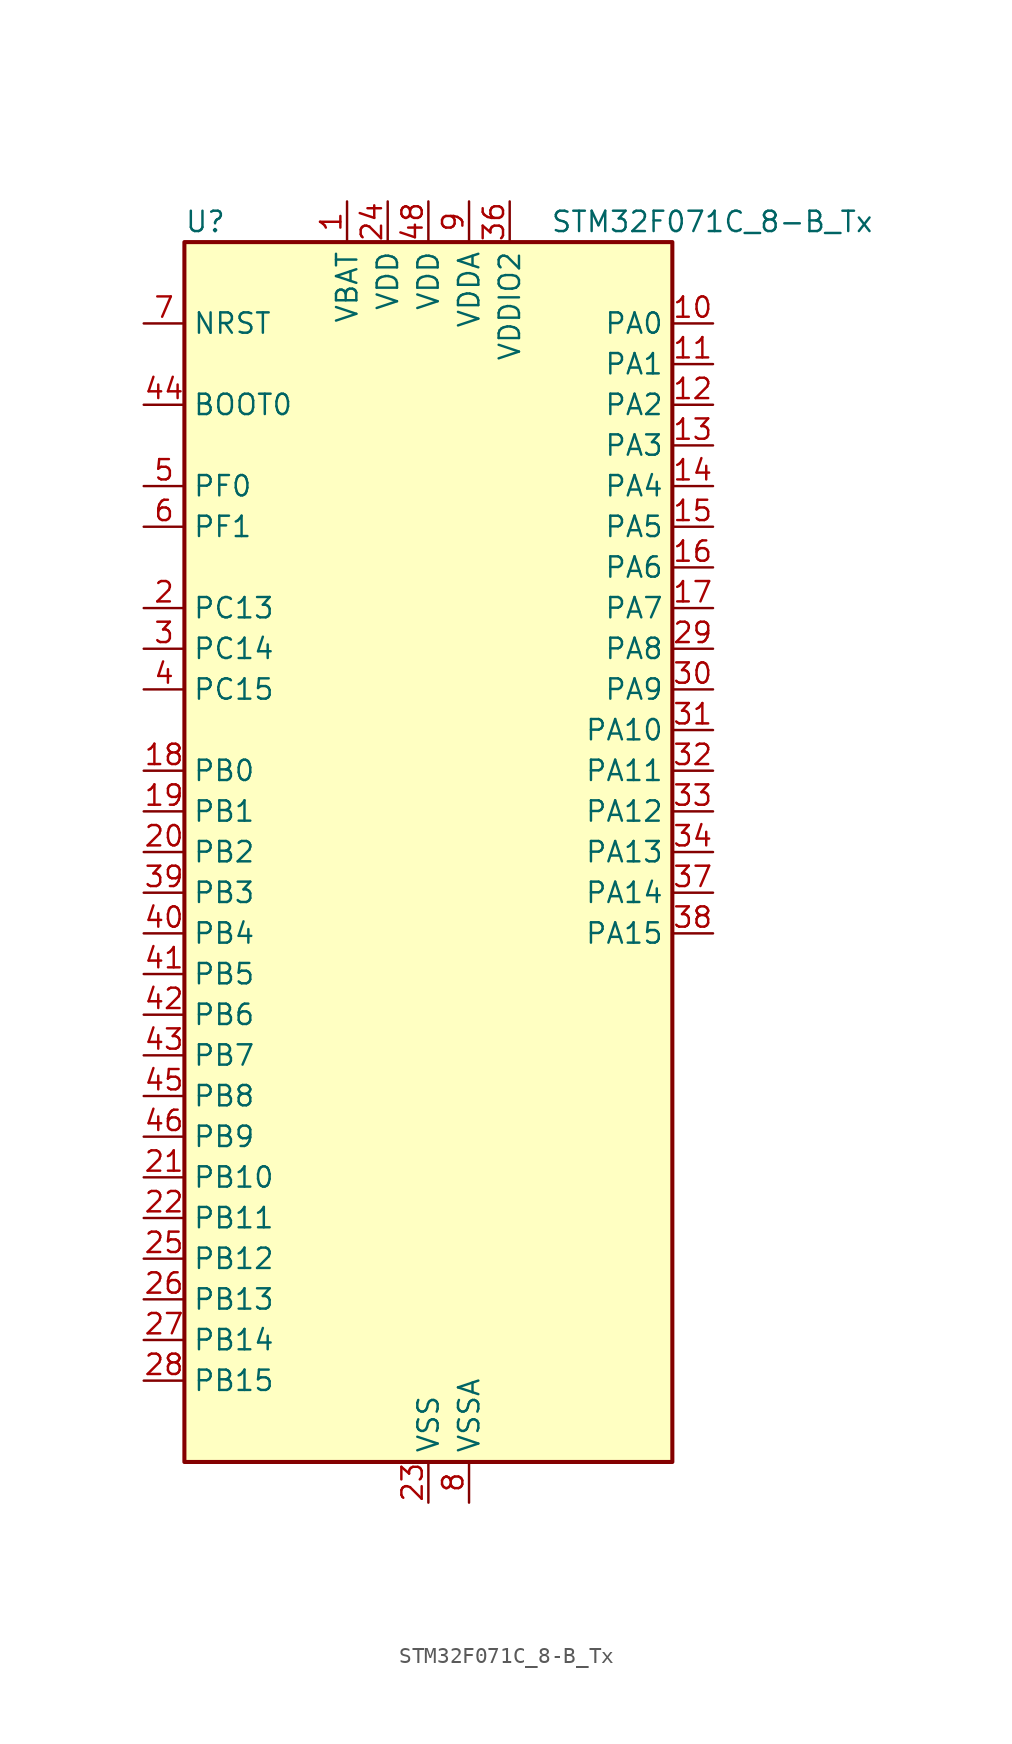
<source format=kicad_sym>
(kicad_symbol_lib
  (version 20241209)
  (generator "kicad_symbol_editor")
  (generator_version "9.0")
  (symbol "STM32F071C_8-B_Tx"
    (property "Reference" "U"
      (at -15.24 39.37 0)
      (effects (font (size 1.27 1.27)) (justify left)))
    (property "Value" "STM32F071C_8-B_Tx"
      (at 7.62 39.37 0)
      (effects (font (size 1.27 1.27)) (justify left)))
    (symbol "STM32F071C_8-B_Tx_0_1"
      (rectangle (start -15.24 -38.1) (end 15.24 38.1) (stroke (width 0.254) (type default)) (fill (type background))))
    (symbol "STM32F071C_8-B_Tx_1_1"
      (pin input line (at -17.78 33.02 0) (length 2.54) (name "NRST" (effects (font (size 1.27 1.27)))) (number "7" (effects (font (size 1.27 1.27)))))
      (pin input line (at -17.78 27.94 0) (length 2.54) (name "BOOT0" (effects (font (size 1.27 1.27)))) (number "44" (effects (font (size 1.27 1.27)))))
      (pin bidirectional line (at -17.78 22.86 0) (length 2.54) (name "PF0" (effects (font (size 1.27 1.27)))) (number "5" (effects (font (size 1.27 1.27)))) (alternate "CRS_SYNC" bidirectional line) (alternate "RCC_OSC_IN" bidirectional line))
      (pin bidirectional line (at -17.78 20.32 0) (length 2.54) (name "PF1" (effects (font (size 1.27 1.27)))) (number "6" (effects (font (size 1.27 1.27)))) (alternate "RCC_OSC_OUT" bidirectional line))
      (pin bidirectional line (at -17.78 15.24 0) (length 2.54) (name "PC13" (effects (font (size 1.27 1.27)))) (number "2" (effects (font (size 1.27 1.27)))) (alternate "RTC_OUT_ALARM" bidirectional line) (alternate "RTC_OUT_CALIB" bidirectional line) (alternate "RTC_TAMP1" bidirectional line) (alternate "RTC_TS" bidirectional line) (alternate "SYS_WKUP2" bidirectional line))
      (pin bidirectional line (at -17.78 12.7 0) (length 2.54) (name "PC14" (effects (font (size 1.27 1.27)))) (number "3" (effects (font (size 1.27 1.27)))) (alternate "RCC_OSC32_IN" bidirectional line))
      (pin bidirectional line (at -17.78 10.16 0) (length 2.54) (name "PC15" (effects (font (size 1.27 1.27)))) (number "4" (effects (font (size 1.27 1.27)))) (alternate "RCC_OSC32_OUT" bidirectional line))
      (pin bidirectional line (at -17.78 5.08 0) (length 2.54) (name "PB0" (effects (font (size 1.27 1.27)))) (number "18" (effects (font (size 1.27 1.27)))) (alternate "ADC_IN8" bidirectional line) (alternate "TIM1_CH2N" bidirectional line) (alternate "TIM3_CH3" bidirectional line) (alternate "TSC_G3_IO2" bidirectional line) (alternate "USART3_CK" bidirectional line))
      (pin bidirectional line (at -17.78 2.54 0) (length 2.54) (name "PB1" (effects (font (size 1.27 1.27)))) (number "19" (effects (font (size 1.27 1.27)))) (alternate "ADC_IN9" bidirectional line) (alternate "TIM14_CH1" bidirectional line) (alternate "TIM1_CH3N" bidirectional line) (alternate "TIM3_CH4" bidirectional line) (alternate "TSC_G3_IO3" bidirectional line) (alternate "USART3_DE" bidirectional line) (alternate "USART3_RTS" bidirectional line))
      (pin bidirectional line (at -17.78 0 0) (length 2.54) (name "PB2" (effects (font (size 1.27 1.27)))) (number "20" (effects (font (size 1.27 1.27)))) (alternate "TSC_G3_IO4" bidirectional line))
      (pin bidirectional line (at -17.78 -2.54 0) (length 2.54) (name "PB3" (effects (font (size 1.27 1.27)))) (number "39" (effects (font (size 1.27 1.27)))) (alternate "I2S1_CK" bidirectional line) (alternate "SPI1_SCK" bidirectional line) (alternate "TIM2_CH2" bidirectional line) (alternate "TSC_G5_IO1" bidirectional line))
      (pin bidirectional line (at -17.78 -5.08 0) (length 2.54) (name "PB4" (effects (font (size 1.27 1.27)))) (number "40" (effects (font (size 1.27 1.27)))) (alternate "I2S1_MCK" bidirectional line) (alternate "SPI1_MISO" bidirectional line) (alternate "TIM17_BKIN" bidirectional line) (alternate "TIM3_CH1" bidirectional line) (alternate "TSC_G5_IO2" bidirectional line))
      (pin bidirectional line (at -17.78 -7.62 0) (length 2.54) (name "PB5" (effects (font (size 1.27 1.27)))) (number "41" (effects (font (size 1.27 1.27)))) (alternate "I2C1_SMBA" bidirectional line) (alternate "I2S1_SD" bidirectional line) (alternate "SPI1_MOSI" bidirectional line) (alternate "SYS_WKUP6" bidirectional line) (alternate "TIM16_BKIN" bidirectional line) (alternate "TIM3_CH2" bidirectional line))
      (pin bidirectional line (at -17.78 -10.16 0) (length 2.54) (name "PB6" (effects (font (size 1.27 1.27)))) (number "42" (effects (font (size 1.27 1.27)))) (alternate "I2C1_SCL" bidirectional line) (alternate "TIM16_CH1N" bidirectional line) (alternate "TSC_G5_IO3" bidirectional line) (alternate "USART1_TX" bidirectional line))
      (pin bidirectional line (at -17.78 -12.7 0) (length 2.54) (name "PB7" (effects (font (size 1.27 1.27)))) (number "43" (effects (font (size 1.27 1.27)))) (alternate "I2C1_SDA" bidirectional line) (alternate "TIM17_CH1N" bidirectional line) (alternate "TSC_G5_IO4" bidirectional line) (alternate "USART1_RX" bidirectional line) (alternate "USART4_CTS" bidirectional line))
      (pin bidirectional line (at -17.78 -15.24 0) (length 2.54) (name "PB8" (effects (font (size 1.27 1.27)))) (number "45" (effects (font (size 1.27 1.27)))) (alternate "CEC" bidirectional line) (alternate "I2C1_SCL" bidirectional line) (alternate "TIM16_CH1" bidirectional line) (alternate "TSC_SYNC" bidirectional line))
      (pin bidirectional line (at -17.78 -17.78 0) (length 2.54) (name "PB9" (effects (font (size 1.27 1.27)))) (number "46" (effects (font (size 1.27 1.27)))) (alternate "DAC_EXTI9" bidirectional line) (alternate "I2C1_SDA" bidirectional line) (alternate "I2S2_WS" bidirectional line) (alternate "IR_OUT" bidirectional line) (alternate "SPI2_NSS" bidirectional line) (alternate "TIM17_CH1" bidirectional line))
      (pin bidirectional line (at -17.78 -20.32 0) (length 2.54) (name "PB10" (effects (font (size 1.27 1.27)))) (number "21" (effects (font (size 1.27 1.27)))) (alternate "CEC" bidirectional line) (alternate "I2C2_SCL" bidirectional line) (alternate "I2S2_CK" bidirectional line) (alternate "SPI2_SCK" bidirectional line) (alternate "TIM2_CH3" bidirectional line) (alternate "TSC_SYNC" bidirectional line) (alternate "USART3_TX" bidirectional line))
      (pin bidirectional line (at -17.78 -22.86 0) (length 2.54) (name "PB11" (effects (font (size 1.27 1.27)))) (number "22" (effects (font (size 1.27 1.27)))) (alternate "I2C2_SDA" bidirectional line) (alternate "TIM2_CH4" bidirectional line) (alternate "TSC_G6_IO1" bidirectional line) (alternate "USART3_RX" bidirectional line))
      (pin bidirectional line (at -17.78 -25.4 0) (length 2.54) (name "PB12" (effects (font (size 1.27 1.27)))) (number "25" (effects (font (size 1.27 1.27)))) (alternate "I2S2_WS" bidirectional line) (alternate "SPI2_NSS" bidirectional line) (alternate "TIM15_BKIN" bidirectional line) (alternate "TIM1_BKIN" bidirectional line) (alternate "TSC_G6_IO2" bidirectional line) (alternate "USART3_CK" bidirectional line))
      (pin bidirectional line (at -17.78 -27.94 0) (length 2.54) (name "PB13" (effects (font (size 1.27 1.27)))) (number "26" (effects (font (size 1.27 1.27)))) (alternate "I2C2_SCL" bidirectional line) (alternate "I2S2_CK" bidirectional line) (alternate "SPI2_SCK" bidirectional line) (alternate "TIM1_CH1N" bidirectional line) (alternate "TSC_G6_IO3" bidirectional line) (alternate "USART3_CTS" bidirectional line))
      (pin bidirectional line (at -17.78 -30.48 0) (length 2.54) (name "PB14" (effects (font (size 1.27 1.27)))) (number "27" (effects (font (size 1.27 1.27)))) (alternate "I2C2_SDA" bidirectional line) (alternate "I2S2_MCK" bidirectional line) (alternate "SPI2_MISO" bidirectional line) (alternate "TIM15_CH1" bidirectional line) (alternate "TIM1_CH2N" bidirectional line) (alternate "TSC_G6_IO4" bidirectional line) (alternate "USART3_DE" bidirectional line) (alternate "USART3_RTS" bidirectional line))
      (pin bidirectional line (at -17.78 -33.02 0) (length 2.54) (name "PB15" (effects (font (size 1.27 1.27)))) (number "28" (effects (font (size 1.27 1.27)))) (alternate "I2S2_SD" bidirectional line) (alternate "RTC_REFIN" bidirectional line) (alternate "SPI2_MOSI" bidirectional line) (alternate "SYS_WKUP7" bidirectional line) (alternate "TIM15_CH1N" bidirectional line) (alternate "TIM15_CH2" bidirectional line) (alternate "TIM1_CH3N" bidirectional line))
      (pin power_in line (at -5.08 40.64 270) (length 2.54) (name "VBAT" (effects (font (size 1.27 1.27)))) (number "1" (effects (font (size 1.27 1.27)))))
      (pin power_in line (at -2.54 40.64 270) (length 2.54) (name "VDD" (effects (font (size 1.27 1.27)))) (number "24" (effects (font (size 1.27 1.27)))))
      (pin power_in line (at 0 40.64 270) (length 2.54) (name "VDD" (effects (font (size 1.27 1.27)))) (number "48" (effects (font (size 1.27 1.27)))))
      (pin power_in line (at 0 -40.64 90) (length 2.54) (name "VSS" (effects (font (size 1.27 1.27)))) (number "23" (effects (font (size 1.27 1.27)))))
      (pin passive line (at 0 -40.64 90) (length 2.54) (hide yes) (name "VSS" (effects (font (size 1.27 1.27)))) (number "35" (effects (font (size 1.27 1.27)))))
      (pin passive line (at 0 -40.64 90) (length 2.54) (hide yes) (name "VSS" (effects (font (size 1.27 1.27)))) (number "47" (effects (font (size 1.27 1.27)))))
      (pin power_in line (at 2.54 40.64 270) (length 2.54) (name "VDDA" (effects (font (size 1.27 1.27)))) (number "9" (effects (font (size 1.27 1.27)))))
      (pin power_in line (at 2.54 -40.64 90) (length 2.54) (name "VSSA" (effects (font (size 1.27 1.27)))) (number "8" (effects (font (size 1.27 1.27)))))
      (pin power_in line (at 5.08 40.64 270) (length 2.54) (name "VDDIO2" (effects (font (size 1.27 1.27)))) (number "36" (effects (font (size 1.27 1.27)))))
      (pin bidirectional line (at 17.78 33.02 180) (length 2.54) (name "PA0" (effects (font (size 1.27 1.27)))) (number "10" (effects (font (size 1.27 1.27)))) (alternate "ADC_IN0" bidirectional line) (alternate "COMP1_INM" bidirectional line) (alternate "COMP1_OUT" bidirectional line) (alternate "RTC_TAMP2" bidirectional line) (alternate "SYS_WKUP1" bidirectional line) (alternate "TIM2_CH1" bidirectional line) (alternate "TIM2_ETR" bidirectional line) (alternate "TSC_G1_IO1" bidirectional line) (alternate "USART2_CTS" bidirectional line) (alternate "USART4_TX" bidirectional line))
      (pin bidirectional line (at 17.78 30.48 180) (length 2.54) (name "PA1" (effects (font (size 1.27 1.27)))) (number "11" (effects (font (size 1.27 1.27)))) (alternate "ADC_IN1" bidirectional line) (alternate "COMP1_INP" bidirectional line) (alternate "TIM15_CH1N" bidirectional line) (alternate "TIM2_CH2" bidirectional line) (alternate "TSC_G1_IO2" bidirectional line) (alternate "USART2_DE" bidirectional line) (alternate "USART2_RTS" bidirectional line) (alternate "USART4_RX" bidirectional line))
      (pin bidirectional line (at 17.78 27.94 180) (length 2.54) (name "PA2" (effects (font (size 1.27 1.27)))) (number "12" (effects (font (size 1.27 1.27)))) (alternate "ADC_IN2" bidirectional line) (alternate "COMP2_INM" bidirectional line) (alternate "COMP2_OUT" bidirectional line) (alternate "SYS_WKUP4" bidirectional line) (alternate "TIM15_CH1" bidirectional line) (alternate "TIM2_CH3" bidirectional line) (alternate "TSC_G1_IO3" bidirectional line) (alternate "USART2_TX" bidirectional line))
      (pin bidirectional line (at 17.78 25.4 180) (length 2.54) (name "PA3" (effects (font (size 1.27 1.27)))) (number "13" (effects (font (size 1.27 1.27)))) (alternate "ADC_IN3" bidirectional line) (alternate "COMP2_INP" bidirectional line) (alternate "TIM15_CH2" bidirectional line) (alternate "TIM2_CH4" bidirectional line) (alternate "TSC_G1_IO4" bidirectional line) (alternate "USART2_RX" bidirectional line))
      (pin bidirectional line (at 17.78 22.86 180) (length 2.54) (name "PA4" (effects (font (size 1.27 1.27)))) (number "14" (effects (font (size 1.27 1.27)))) (alternate "ADC_IN4" bidirectional line) (alternate "COMP1_INM" bidirectional line) (alternate "COMP2_INM" bidirectional line) (alternate "DAC_OUT1" bidirectional line) (alternate "I2S1_WS" bidirectional line) (alternate "SPI1_NSS" bidirectional line) (alternate "TIM14_CH1" bidirectional line) (alternate "TSC_G2_IO1" bidirectional line) (alternate "USART2_CK" bidirectional line))
      (pin bidirectional line (at 17.78 20.32 180) (length 2.54) (name "PA5" (effects (font (size 1.27 1.27)))) (number "15" (effects (font (size 1.27 1.27)))) (alternate "ADC_IN5" bidirectional line) (alternate "CEC" bidirectional line) (alternate "COMP1_INM" bidirectional line) (alternate "COMP2_INM" bidirectional line) (alternate "DAC_OUT2" bidirectional line) (alternate "I2S1_CK" bidirectional line) (alternate "SPI1_SCK" bidirectional line) (alternate "TIM2_CH1" bidirectional line) (alternate "TIM2_ETR" bidirectional line) (alternate "TSC_G2_IO2" bidirectional line))
      (pin bidirectional line (at 17.78 17.78 180) (length 2.54) (name "PA6" (effects (font (size 1.27 1.27)))) (number "16" (effects (font (size 1.27 1.27)))) (alternate "ADC_IN6" bidirectional line) (alternate "COMP1_OUT" bidirectional line) (alternate "I2S1_MCK" bidirectional line) (alternate "SPI1_MISO" bidirectional line) (alternate "TIM16_CH1" bidirectional line) (alternate "TIM1_BKIN" bidirectional line) (alternate "TIM3_CH1" bidirectional line) (alternate "TSC_G2_IO3" bidirectional line) (alternate "USART3_CTS" bidirectional line))
      (pin bidirectional line (at 17.78 15.24 180) (length 2.54) (name "PA7" (effects (font (size 1.27 1.27)))) (number "17" (effects (font (size 1.27 1.27)))) (alternate "ADC_IN7" bidirectional line) (alternate "COMP2_OUT" bidirectional line) (alternate "I2S1_SD" bidirectional line) (alternate "SPI1_MOSI" bidirectional line) (alternate "TIM14_CH1" bidirectional line) (alternate "TIM17_CH1" bidirectional line) (alternate "TIM1_CH1N" bidirectional line) (alternate "TIM3_CH2" bidirectional line) (alternate "TSC_G2_IO4" bidirectional line))
      (pin bidirectional line (at 17.78 12.7 180) (length 2.54) (name "PA8" (effects (font (size 1.27 1.27)))) (number "29" (effects (font (size 1.27 1.27)))) (alternate "CRS_SYNC" bidirectional line) (alternate "RCC_MCO" bidirectional line) (alternate "TIM1_CH1" bidirectional line) (alternate "USART1_CK" bidirectional line))
      (pin bidirectional line (at 17.78 10.16 180) (length 2.54) (name "PA9" (effects (font (size 1.27 1.27)))) (number "30" (effects (font (size 1.27 1.27)))) (alternate "DAC_EXTI9" bidirectional line) (alternate "TIM15_BKIN" bidirectional line) (alternate "TIM1_CH2" bidirectional line) (alternate "TSC_G4_IO1" bidirectional line) (alternate "USART1_TX" bidirectional line))
      (pin bidirectional line (at 17.78 7.62 180) (length 2.54) (name "PA10" (effects (font (size 1.27 1.27)))) (number "31" (effects (font (size 1.27 1.27)))) (alternate "TIM17_BKIN" bidirectional line) (alternate "TIM1_CH3" bidirectional line) (alternate "TSC_G4_IO2" bidirectional line) (alternate "USART1_RX" bidirectional line))
      (pin bidirectional line (at 17.78 5.08 180) (length 2.54) (name "PA11" (effects (font (size 1.27 1.27)))) (number "32" (effects (font (size 1.27 1.27)))) (alternate "COMP1_OUT" bidirectional line) (alternate "TIM1_CH4" bidirectional line) (alternate "TSC_G4_IO3" bidirectional line) (alternate "USART1_CTS" bidirectional line))
      (pin bidirectional line (at 17.78 2.54 180) (length 2.54) (name "PA12" (effects (font (size 1.27 1.27)))) (number "33" (effects (font (size 1.27 1.27)))) (alternate "COMP2_OUT" bidirectional line) (alternate "TIM1_ETR" bidirectional line) (alternate "TSC_G4_IO4" bidirectional line) (alternate "USART1_DE" bidirectional line) (alternate "USART1_RTS" bidirectional line))
      (pin bidirectional line (at 17.78 0 180) (length 2.54) (name "PA13" (effects (font (size 1.27 1.27)))) (number "34" (effects (font (size 1.27 1.27)))) (alternate "IR_OUT" bidirectional line) (alternate "SYS_SWDIO" bidirectional line))
      (pin bidirectional line (at 17.78 -2.54 180) (length 2.54) (name "PA14" (effects (font (size 1.27 1.27)))) (number "37" (effects (font (size 1.27 1.27)))) (alternate "SYS_SWCLK" bidirectional line) (alternate "USART2_TX" bidirectional line))
      (pin bidirectional line (at 17.78 -5.08 180) (length 2.54) (name "PA15" (effects (font (size 1.27 1.27)))) (number "38" (effects (font (size 1.27 1.27)))) (alternate "I2S1_WS" bidirectional line) (alternate "SPI1_NSS" bidirectional line) (alternate "TIM2_CH1" bidirectional line) (alternate "TIM2_ETR" bidirectional line) (alternate "USART2_RX" bidirectional line) (alternate "USART4_DE" bidirectional line) (alternate "USART4_RTS" bidirectional line)))))
</source>
